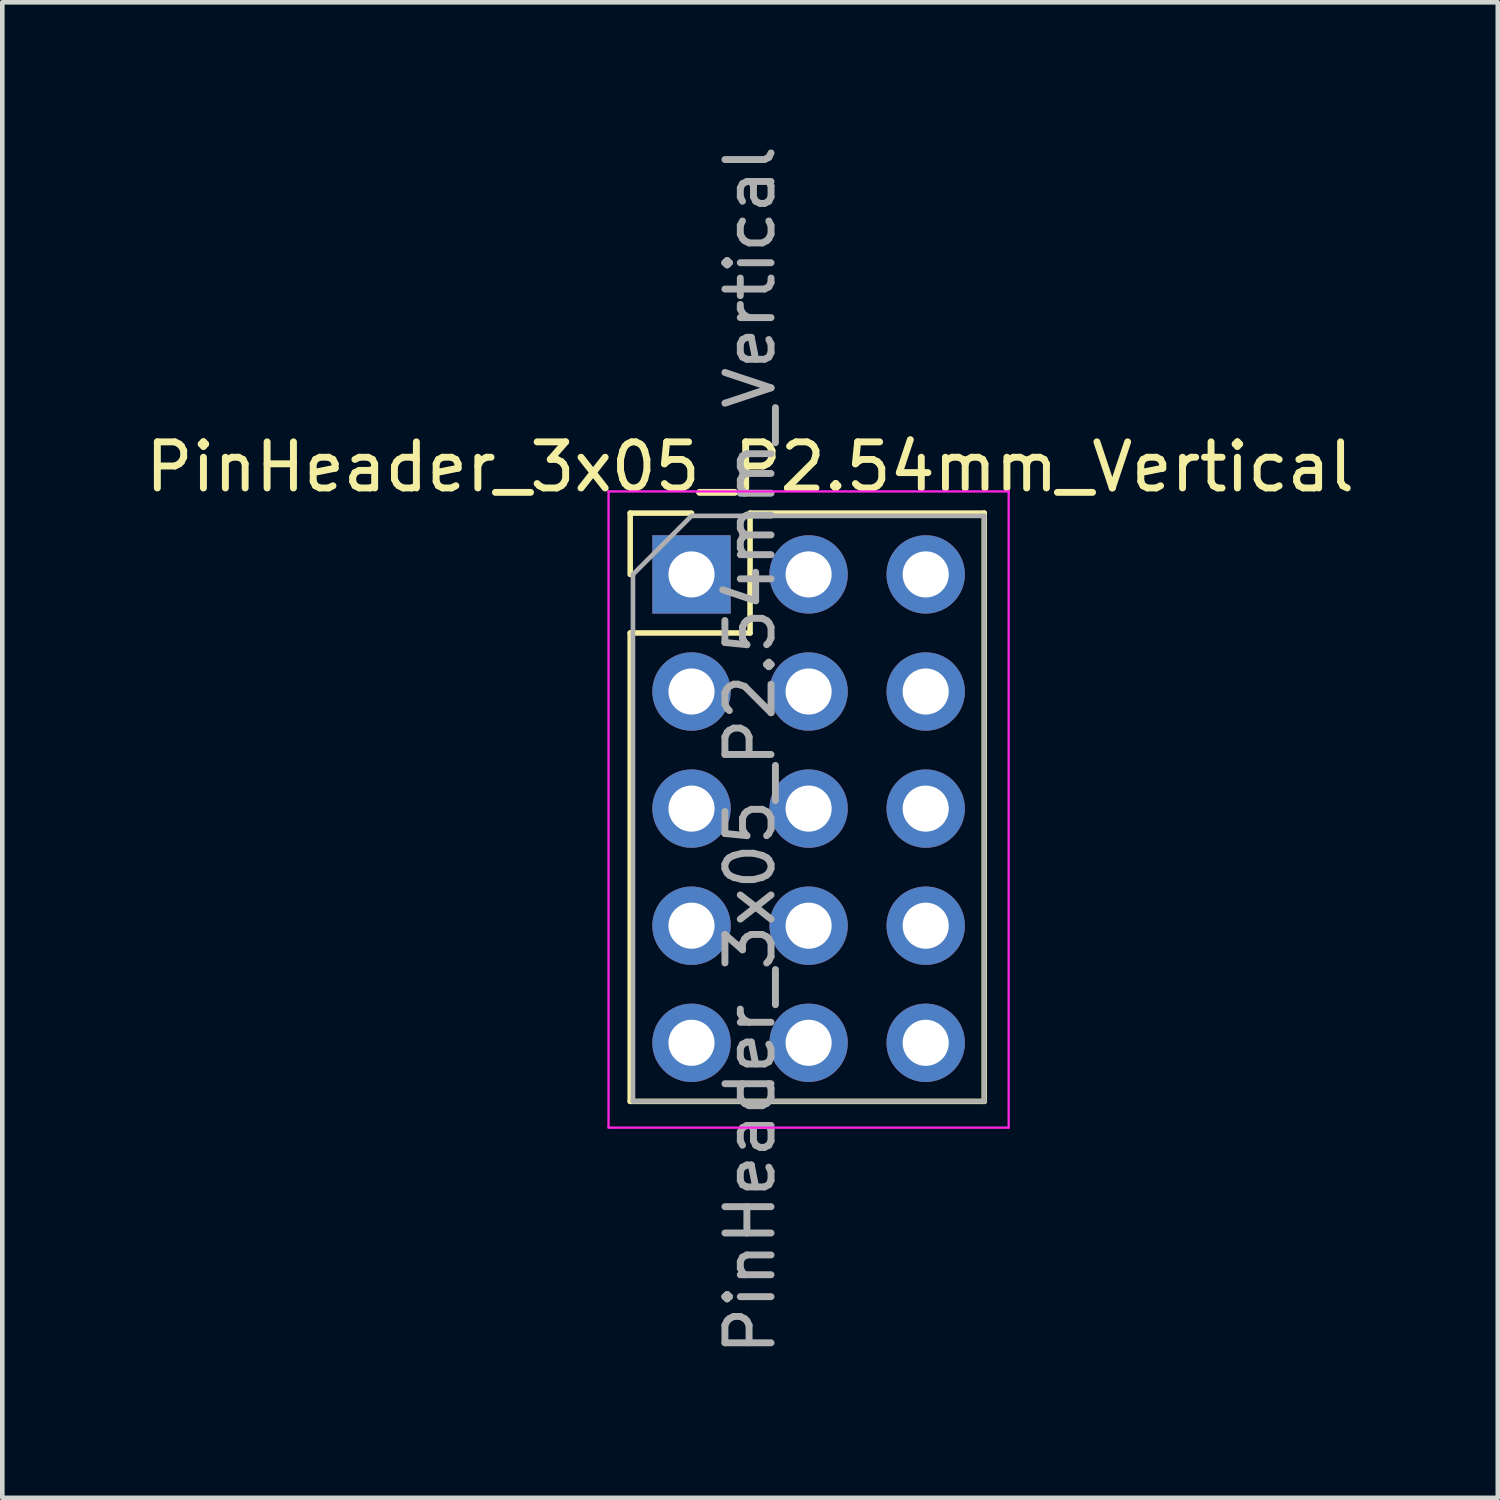
<source format=kicad_pcb>
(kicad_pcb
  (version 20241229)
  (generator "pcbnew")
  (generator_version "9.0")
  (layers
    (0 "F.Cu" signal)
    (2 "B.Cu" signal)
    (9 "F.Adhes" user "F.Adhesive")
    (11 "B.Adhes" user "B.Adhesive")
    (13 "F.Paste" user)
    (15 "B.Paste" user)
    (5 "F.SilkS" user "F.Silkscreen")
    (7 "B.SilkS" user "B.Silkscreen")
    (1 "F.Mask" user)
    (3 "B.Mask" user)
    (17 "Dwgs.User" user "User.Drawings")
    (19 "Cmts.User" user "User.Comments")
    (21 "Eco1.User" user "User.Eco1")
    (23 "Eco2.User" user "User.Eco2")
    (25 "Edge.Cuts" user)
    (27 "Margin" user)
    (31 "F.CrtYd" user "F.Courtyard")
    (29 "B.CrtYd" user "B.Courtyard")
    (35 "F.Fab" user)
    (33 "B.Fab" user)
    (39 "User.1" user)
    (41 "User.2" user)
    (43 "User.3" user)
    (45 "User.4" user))
  (footprint "PinHeader_3x05_P2.54mm_Vertical"
    (layer "F.Cu")
    (at 11.95 9.41)
    (property "Reference" "PinHeader_3x05_P2.54mm_Vertical" (at 1.27 -2.33 0) (layer "F.SilkS") (effects (font (size 1 1) (thickness 0.15))))
    (attr through_hole)
    (fp_line (start -1.33 -1.33) (end 0 -1.33) (stroke (width 0.12) (type solid)) (layer "F.SilkS"))
    (fp_line (start -1.33 0) (end -1.33 -1.33) (stroke (width 0.12) (type solid)) (layer "F.SilkS"))
    (fp_line (start -1.33 1.27) (end -1.33 11.43) (stroke (width 0.12) (type solid)) (layer "F.SilkS"))
    (fp_line (start -1.33 1.27) (end 1.27 1.27) (stroke (width 0.12) (type solid)) (layer "F.SilkS"))
    (fp_line (start -1.33 11.43) (end 6.35 11.43) (stroke (width 0.12) (type solid)) (layer "F.SilkS"))
    (fp_line (start 1.27 -1.33) (end 6.35 -1.33) (stroke (width 0.12) (type solid)) (layer "F.SilkS"))
    (fp_line (start 1.27 1.27) (end 1.27 -1.33) (stroke (width 0.12) (type solid)) (layer "F.SilkS"))
    (fp_line (start 6.35 -1.33) (end 6.35 11.43) (stroke (width 0.12) (type solid)) (layer "F.SilkS"))
    (fp_line (start -1.8 -1.8) (end -1.8 12) (stroke (width 0.05) (type solid)) (layer "F.CrtYd"))
    (fp_line (start -1.8 12) (end 6.88 12) (stroke (width 0.05) (type solid)) (layer "F.CrtYd"))
    (fp_line (start 6.88 -1.8) (end -1.8 -1.8) (stroke (width 0.05) (type solid)) (layer "F.CrtYd"))
    (fp_line (start 6.88 12) (end 6.88 -1.8) (stroke (width 0.05) (type solid)) (layer "F.CrtYd"))
    (fp_line (start -1.27 0) (end 0 -1.27) (stroke (width 0.1) (type solid)) (layer "F.Fab"))
    (fp_line (start -1.27 11.43) (end -1.27 0) (stroke (width 0.1) (type solid)) (layer "F.Fab"))
    (fp_line (start 0 -1.27) (end 6.35 -1.27) (stroke (width 0.1) (type solid)) (layer "F.Fab"))
    (fp_line (start 6.35 -1.27) (end 6.35 11.43) (stroke (width 0.1) (type solid)) (layer "F.Fab"))
    (fp_line (start 6.35 11.43) (end -1.27 11.43) (stroke (width 0.1) (type solid)) (layer "F.Fab"))
    (fp_text user "${REFERENCE}" (at 1.27 3.81 90) (layer "F.Fab") (effects (font (size 1 1) (thickness 0.15))))
    (pad "1" thru_hole rect (at 0 0) (size 1.7 1.7) (drill 1) (layers "*.Cu" "*.Mask"))
    (pad "2" thru_hole oval (at 2.54 0) (size 1.7 1.7) (drill 1) (layers "*.Cu" "*.Mask"))
    (pad "3" thru_hole oval (at 5.08 0) (size 1.7 1.7) (drill 1) (layers "*.Cu" "*.Mask"))
    (pad "4" thru_hole oval (at 0 2.54) (size 1.7 1.7) (drill 1) (layers "*.Cu" "*.Mask"))
    (pad "5" thru_hole oval (at 2.54 2.54) (size 1.7 1.7) (drill 1) (layers "*.Cu" "*.Mask"))
    (pad "6" thru_hole oval (at 5.08 2.54) (size 1.7 1.7) (drill 1) (layers "*.Cu" "*.Mask"))
    (pad "7" thru_hole oval (at 0 5.08) (size 1.7 1.7) (drill 1) (layers "*.Cu" "*.Mask"))
    (pad "8" thru_hole oval (at 2.54 5.08) (size 1.7 1.7) (drill 1) (layers "*.Cu" "*.Mask"))
    (pad "9" thru_hole oval (at 5.08 5.08) (size 1.7 1.7) (drill 1) (layers "*.Cu" "*.Mask"))
    (pad "10" thru_hole oval (at 0 7.62) (size 1.7 1.7) (drill 1) (layers "*.Cu" "*.Mask"))
    (pad "11" thru_hole oval (at 2.54 7.62) (size 1.7 1.7) (drill 1) (layers "*.Cu" "*.Mask"))
    (pad "12" thru_hole oval (at 5.08 7.62) (size 1.7 1.7) (drill 1) (layers "*.Cu" "*.Mask"))
    (pad "13" thru_hole oval (at 0 10.16) (size 1.7 1.7) (drill 1) (layers "*.Cu" "*.Mask"))
    (pad "14" thru_hole oval (at 2.54 10.16) (size 1.7 1.7) (drill 1) (layers "*.Cu" "*.Mask"))
    (pad "15" thru_hole oval (at 5.08 10.16) (size 1.7 1.7) (drill 1) (layers "*.Cu" "*.Mask")))
  (gr_rect
    (start -3 -3)
    (end 29.44 29.44)
    (stroke (width 0.1) (type default))
    (fill no)
    (layer "Edge.Cuts")))
</source>
